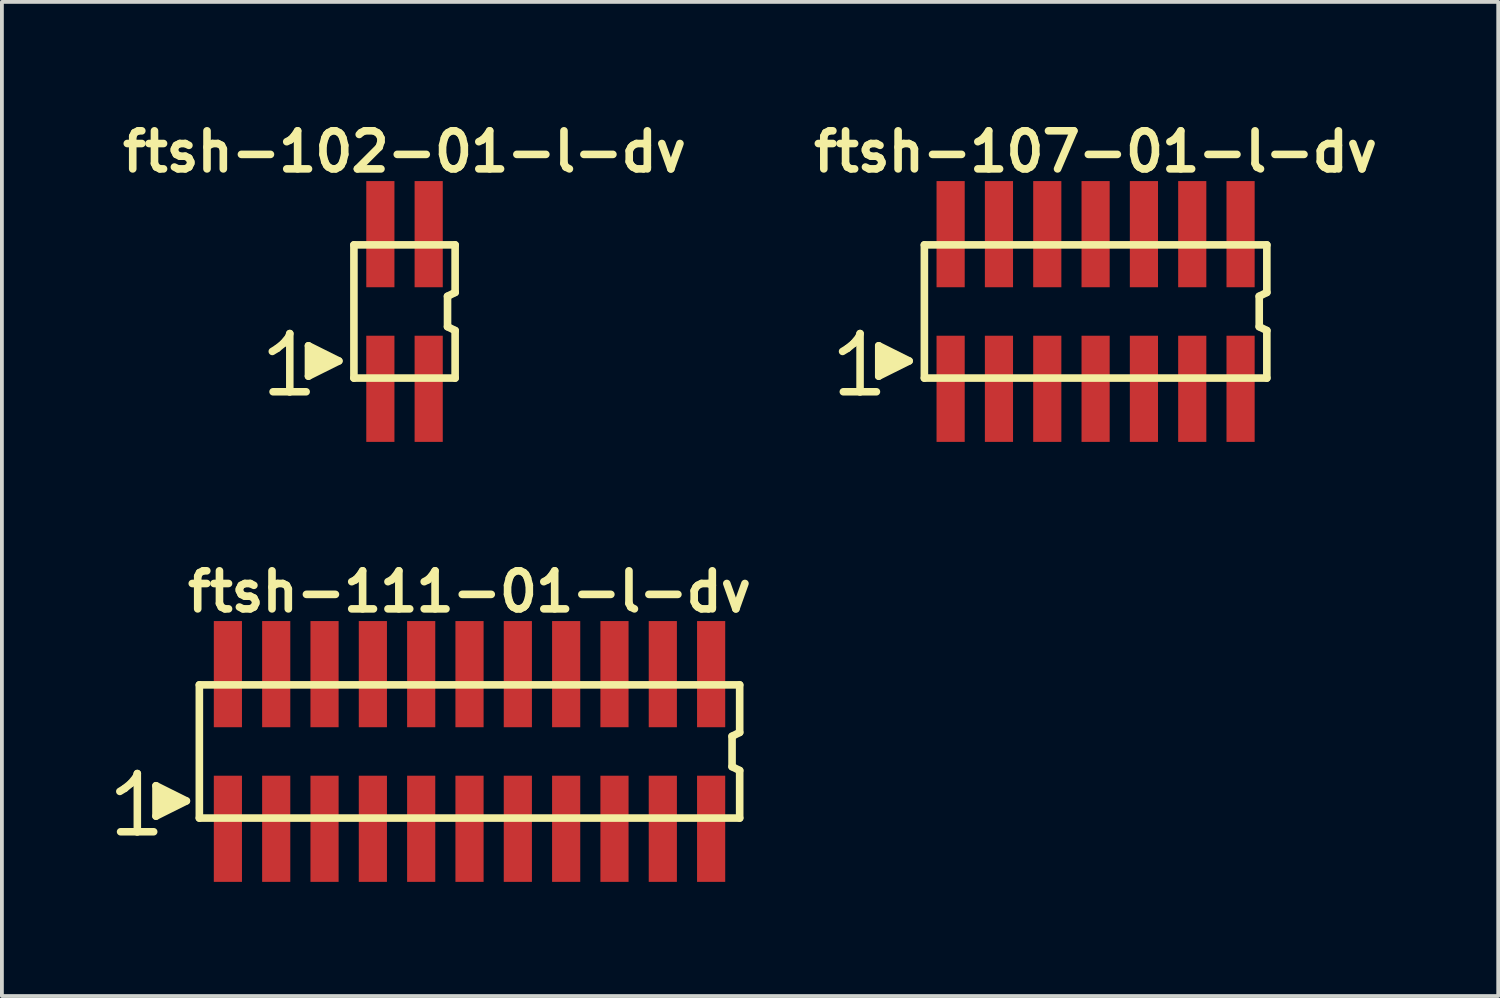
<source format=kicad_pcb>
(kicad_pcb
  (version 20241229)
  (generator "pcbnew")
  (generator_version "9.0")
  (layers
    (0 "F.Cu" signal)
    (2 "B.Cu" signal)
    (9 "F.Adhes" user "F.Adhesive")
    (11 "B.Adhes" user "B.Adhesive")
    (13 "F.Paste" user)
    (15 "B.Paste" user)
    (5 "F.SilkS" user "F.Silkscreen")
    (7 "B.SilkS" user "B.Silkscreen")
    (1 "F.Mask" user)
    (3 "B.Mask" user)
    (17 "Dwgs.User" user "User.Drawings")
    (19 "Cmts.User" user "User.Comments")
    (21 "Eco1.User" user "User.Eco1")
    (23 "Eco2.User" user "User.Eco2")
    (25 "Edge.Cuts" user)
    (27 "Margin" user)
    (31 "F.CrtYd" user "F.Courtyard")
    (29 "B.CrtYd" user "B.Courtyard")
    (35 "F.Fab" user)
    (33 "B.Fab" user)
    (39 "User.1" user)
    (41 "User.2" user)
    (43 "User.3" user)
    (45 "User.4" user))
  (footprint "ftsh-111-01-l-dv"
    (layer "F.Cu")
    (at 9.289 16.699)
    (property "Reference" "ftsh-111-01-l-dv" (at 0 -4.2 0) (layer "F.SilkS") (effects (font (size 1 1) (thickness 0.2))))
    (attr through_hole)
    (fp_line (start -9.19 1.05) (end -9.06 0.97) (stroke (width 0.198) (type solid)) (layer "F.SilkS"))
    (fp_line (start -9.06 0.97) (end -8.9 0.84) (stroke (width 0.198) (type solid)) (layer "F.SilkS"))
    (fp_line (start -8.9 0.84) (end -8.76 0.67) (stroke (width 0.198) (type solid)) (layer "F.SilkS"))
    (fp_line (start -8.76 0.67) (end -8.73 0.58) (stroke (width 0.198) (type solid)) (layer "F.SilkS"))
    (fp_line (start -8.73 0.58) (end -8.73 2.11) (stroke (width 0.198) (type solid)) (layer "F.SilkS"))
    (fp_line (start -8.73 2.11) (end -9.17 2.11) (stroke (width 0.198) (type solid)) (layer "F.SilkS"))
    (fp_line (start -8.3 2.11) (end -8.74 2.11) (stroke (width 0.198) (type solid)) (layer "F.SilkS"))
    (fp_line (start -8.24 0.9) (end -7.44 1.3) (stroke (width 0.198) (type solid)) (layer "F.SilkS"))
    (fp_line (start -8.24 1.7) (end -8.24 0.9) (stroke (width 0.198) (type solid)) (layer "F.SilkS"))
    (fp_line (start -8.14 1.6) (end -8.14 1) (stroke (width 0.198) (type solid)) (layer "F.SilkS"))
    (fp_line (start -8.04 1.1) (end -8.04 1.5) (stroke (width 0.198) (type solid)) (layer "F.SilkS"))
    (fp_line (start -7.94 1.5) (end -7.94 1.1) (stroke (width 0.198) (type solid)) (layer "F.SilkS"))
    (fp_line (start -7.84 1.2) (end -7.84 1.4) (stroke (width 0.198) (type solid)) (layer "F.SilkS"))
    (fp_line (start -7.74 1.4) (end -7.74 1.2) (stroke (width 0.198) (type solid)) (layer "F.SilkS"))
    (fp_line (start -7.44 1.3) (end -8.24 1.7) (stroke (width 0.198) (type solid)) (layer "F.SilkS"))
    (fp_line (start -7.1 -1.75) (end -7.1 1.75) (stroke (width 0.2) (type solid)) (layer "F.SilkS"))
    (fp_line (start -7.1 -1.75) (end 7.1 -1.75) (stroke (width 0.2) (type solid)) (layer "F.SilkS"))
    (fp_line (start -7.1 1.75) (end 7.1 1.75) (stroke (width 0.2) (type solid)) (layer "F.SilkS"))
    (fp_line (start 6.9 -0.4) (end 6.9 0.4) (stroke (width 0.2) (type solid)) (layer "F.SilkS"))
    (fp_line (start 6.9 0.4) (end 7.1 0.5) (stroke (width 0.2) (type solid)) (layer "F.SilkS"))
    (fp_line (start 7.1 -0.5) (end 6.9 -0.4) (stroke (width 0.2) (type solid)) (layer "F.SilkS"))
    (fp_line (start 7.1 -0.5) (end 7.1 -1.75) (stroke (width 0.2) (type solid)) (layer "F.SilkS"))
    (fp_line (start 7.1 0.5) (end 7.1 1.75) (stroke (width 0.2) (type solid)) (layer "F.SilkS"))
    (pad "1" smd rect (at -6.35 2.032) (size 0.74 2.79) (layers "F.Cu" "F.Mask" "F.Paste"))
    (pad "2" smd rect (at -6.35 -2.032) (size 0.74 2.79) (layers "F.Cu" "F.Mask" "F.Paste"))
    (pad "3" smd rect (at -5.08 2.032) (size 0.74 2.79) (layers "F.Cu" "F.Mask" "F.Paste"))
    (pad "4" smd rect (at -5.08 -2.032) (size 0.74 2.79) (layers "F.Cu" "F.Mask" "F.Paste"))
    (pad "5" smd rect (at -3.81 2.032) (size 0.74 2.79) (layers "F.Cu" "F.Mask" "F.Paste"))
    (pad "6" smd rect (at -3.81 -2.032) (size 0.74 2.79) (layers "F.Cu" "F.Mask" "F.Paste"))
    (pad "7" smd rect (at -2.54 2.032) (size 0.74 2.79) (layers "F.Cu" "F.Mask" "F.Paste"))
    (pad "8" smd rect (at -2.54 -2.032) (size 0.74 2.79) (layers "F.Cu" "F.Mask" "F.Paste"))
    (pad "9" smd rect (at -1.27 2.032) (size 0.74 2.79) (layers "F.Cu" "F.Mask" "F.Paste"))
    (pad "10" smd rect (at -1.27 -2.032) (size 0.74 2.79) (layers "F.Cu" "F.Mask" "F.Paste"))
    (pad "11" smd rect (at 0 2.032) (size 0.74 2.79) (layers "F.Cu" "F.Mask" "F.Paste"))
    (pad "12" smd rect (at 0 -2.032) (size 0.74 2.79) (layers "F.Cu" "F.Mask" "F.Paste"))
    (pad "13" smd rect (at 1.27 2.032) (size 0.74 2.79) (layers "F.Cu" "F.Mask" "F.Paste"))
    (pad "14" smd rect (at 1.27 -2.032) (size 0.74 2.79) (layers "F.Cu" "F.Mask" "F.Paste"))
    (pad "15" smd rect (at 2.54 2.032) (size 0.74 2.79) (layers "F.Cu" "F.Mask" "F.Paste"))
    (pad "16" smd rect (at 2.54 -2.032) (size 0.74 2.79) (layers "F.Cu" "F.Mask" "F.Paste"))
    (pad "17" smd rect (at 3.81 2.032) (size 0.74 2.79) (layers "F.Cu" "F.Mask" "F.Paste"))
    (pad "18" smd rect (at 3.81 -2.032) (size 0.74 2.79) (layers "F.Cu" "F.Mask" "F.Paste"))
    (pad "19" smd rect (at 5.08 2.032) (size 0.74 2.79) (layers "F.Cu" "F.Mask" "F.Paste"))
    (pad "20" smd rect (at 5.08 -2.032) (size 0.74 2.79) (layers "F.Cu" "F.Mask" "F.Paste"))
    (pad "21" smd rect (at 6.35 2.032) (size 0.74 2.79) (layers "F.Cu" "F.Mask" "F.Paste"))
    (pad "22" smd rect (at 6.35 -2.032) (size 0.74 2.79) (layers "F.Cu" "F.Mask" "F.Paste")))
  (footprint "ftsh-102-01-l-dv"
    (layer "F.Cu")
    (at 7.581 5.136)
    (property "Reference" "ftsh-102-01-l-dv" (at 0 -4.2 0) (layer "F.SilkS") (effects (font (size 1 1) (thickness 0.2))))
    (attr through_hole)
    (fp_line (start -3.475 1.05) (end -3.345 0.97) (stroke (width 0.198) (type solid)) (layer "F.SilkS"))
    (fp_line (start -3.345 0.97) (end -3.185 0.84) (stroke (width 0.198) (type solid)) (layer "F.SilkS"))
    (fp_line (start -3.185 0.84) (end -3.045 0.67) (stroke (width 0.198) (type solid)) (layer "F.SilkS"))
    (fp_line (start -3.045 0.67) (end -3.015 0.58) (stroke (width 0.198) (type solid)) (layer "F.SilkS"))
    (fp_line (start -3.015 0.58) (end -3.015 2.11) (stroke (width 0.198) (type solid)) (layer "F.SilkS"))
    (fp_line (start -3.015 2.11) (end -3.455 2.11) (stroke (width 0.198) (type solid)) (layer "F.SilkS"))
    (fp_line (start -2.585 2.11) (end -3.025 2.11) (stroke (width 0.198) (type solid)) (layer "F.SilkS"))
    (fp_line (start -2.525 0.9) (end -1.725 1.3) (stroke (width 0.198) (type solid)) (layer "F.SilkS"))
    (fp_line (start -2.525 1.7) (end -2.525 0.9) (stroke (width 0.198) (type solid)) (layer "F.SilkS"))
    (fp_line (start -2.425 1.6) (end -2.425 1) (stroke (width 0.198) (type solid)) (layer "F.SilkS"))
    (fp_line (start -2.325 1.1) (end -2.325 1.5) (stroke (width 0.198) (type solid)) (layer "F.SilkS"))
    (fp_line (start -2.225 1.5) (end -2.225 1.1) (stroke (width 0.198) (type solid)) (layer "F.SilkS"))
    (fp_line (start -2.125 1.2) (end -2.125 1.4) (stroke (width 0.198) (type solid)) (layer "F.SilkS"))
    (fp_line (start -2.025 1.4) (end -2.025 1.2) (stroke (width 0.198) (type solid)) (layer "F.SilkS"))
    (fp_line (start -1.725 1.3) (end -2.525 1.7) (stroke (width 0.198) (type solid)) (layer "F.SilkS"))
    (fp_line (start -1.33 -1.75) (end -1.33 1.75) (stroke (width 0.2) (type solid)) (layer "F.SilkS"))
    (fp_line (start -1.33 -1.75) (end 1.33 -1.75) (stroke (width 0.2) (type solid)) (layer "F.SilkS"))
    (fp_line (start -1.33 1.75) (end 1.33 1.75) (stroke (width 0.2) (type solid)) (layer "F.SilkS"))
    (fp_line (start 1.13 -0.4) (end 1.13 0.4) (stroke (width 0.2) (type solid)) (layer "F.SilkS"))
    (fp_line (start 1.13 -0.4) (end 1.33 -0.5) (stroke (width 0.2) (type solid)) (layer "F.SilkS"))
    (fp_line (start 1.13 0.4) (end 1.33 0.5) (stroke (width 0.2) (type solid)) (layer "F.SilkS"))
    (fp_line (start 1.33 -0.5) (end 1.33 -1.75) (stroke (width 0.2) (type solid)) (layer "F.SilkS"))
    (fp_line (start 1.33 0.5) (end 1.33 1.75) (stroke (width 0.2) (type solid)) (layer "F.SilkS"))
    (pad "1" smd rect (at -0.635 2.032) (size 0.74 2.79) (layers "F.Cu" "F.Mask" "F.Paste"))
    (pad "2" smd rect (at -0.635 -2.032) (size 0.74 2.79) (layers "F.Cu" "F.Mask" "F.Paste"))
    (pad "3" smd rect (at 0.635 2.032) (size 0.74 2.79) (layers "F.Cu" "F.Mask" "F.Paste"))
    (pad "4" smd rect (at 0.635 -2.032) (size 0.74 2.79) (layers "F.Cu" "F.Mask" "F.Paste")))
  (footprint "ftsh-107-01-l-dv"
    (layer "F.Cu")
    (at 25.743 5.136)
    (property "Reference" "ftsh-107-01-l-dv" (at 0 -4.2 0) (layer "F.SilkS") (effects (font (size 1 1) (thickness 0.2))))
    (attr through_hole)
    (fp_line (start -6.65 1.05) (end -6.52 0.97) (stroke (width 0.198) (type solid)) (layer "F.SilkS"))
    (fp_line (start -6.52 0.97) (end -6.36 0.84) (stroke (width 0.198) (type solid)) (layer "F.SilkS"))
    (fp_line (start -6.36 0.84) (end -6.22 0.67) (stroke (width 0.198) (type solid)) (layer "F.SilkS"))
    (fp_line (start -6.22 0.67) (end -6.19 0.58) (stroke (width 0.198) (type solid)) (layer "F.SilkS"))
    (fp_line (start -6.19 0.58) (end -6.19 2.11) (stroke (width 0.198) (type solid)) (layer "F.SilkS"))
    (fp_line (start -6.19 2.11) (end -6.63 2.11) (stroke (width 0.198) (type solid)) (layer "F.SilkS"))
    (fp_line (start -5.76 2.11) (end -6.2 2.11) (stroke (width 0.198) (type solid)) (layer "F.SilkS"))
    (fp_line (start -5.7 0.9) (end -4.9 1.3) (stroke (width 0.198) (type solid)) (layer "F.SilkS"))
    (fp_line (start -5.7 1.7) (end -5.7 0.9) (stroke (width 0.198) (type solid)) (layer "F.SilkS"))
    (fp_line (start -5.6 1.6) (end -5.6 1) (stroke (width 0.198) (type solid)) (layer "F.SilkS"))
    (fp_line (start -5.5 1.1) (end -5.5 1.5) (stroke (width 0.198) (type solid)) (layer "F.SilkS"))
    (fp_line (start -5.4 1.5) (end -5.4 1.1) (stroke (width 0.198) (type solid)) (layer "F.SilkS"))
    (fp_line (start -5.3 1.2) (end -5.3 1.4) (stroke (width 0.198) (type solid)) (layer "F.SilkS"))
    (fp_line (start -5.2 1.4) (end -5.2 1.2) (stroke (width 0.198) (type solid)) (layer "F.SilkS"))
    (fp_line (start -4.9 1.3) (end -5.7 1.7) (stroke (width 0.198) (type solid)) (layer "F.SilkS"))
    (fp_line (start -4.5 -1.75) (end -4.5 1.75) (stroke (width 0.2) (type solid)) (layer "F.SilkS"))
    (fp_line (start -4.5 -1.75) (end 4.5 -1.75) (stroke (width 0.2) (type solid)) (layer "F.SilkS"))
    (fp_line (start -4.5 1.75) (end 4.5 1.75) (stroke (width 0.2) (type solid)) (layer "F.SilkS"))
    (fp_line (start 4.3 -0.4) (end 4.3 0.4) (stroke (width 0.2) (type solid)) (layer "F.SilkS"))
    (fp_line (start 4.3 0.4) (end 4.5 0.5) (stroke (width 0.2) (type solid)) (layer "F.SilkS"))
    (fp_line (start 4.5 -0.5) (end 4.3 -0.4) (stroke (width 0.2) (type solid)) (layer "F.SilkS"))
    (fp_line (start 4.5 -0.5) (end 4.5 -1.75) (stroke (width 0.2) (type solid)) (layer "F.SilkS"))
    (fp_line (start 4.5 0.5) (end 4.5 1.75) (stroke (width 0.2) (type solid)) (layer "F.SilkS"))
    (pad "1" smd rect (at -3.81 2.032) (size 0.74 2.79) (layers "F.Cu" "F.Mask" "F.Paste"))
    (pad "2" smd rect (at -3.81 -2.032) (size 0.74 2.79) (layers "F.Cu" "F.Mask" "F.Paste"))
    (pad "3" smd rect (at -2.54 2.032) (size 0.74 2.79) (layers "F.Cu" "F.Mask" "F.Paste"))
    (pad "4" smd rect (at -2.54 -2.032) (size 0.74 2.79) (layers "F.Cu" "F.Mask" "F.Paste"))
    (pad "5" smd rect (at -1.27 2.032) (size 0.74 2.79) (layers "F.Cu" "F.Mask" "F.Paste"))
    (pad "6" smd rect (at -1.27 -2.032) (size 0.74 2.79) (layers "F.Cu" "F.Mask" "F.Paste"))
    (pad "7" smd rect (at 0 2.032) (size 0.74 2.79) (layers "F.Cu" "F.Mask" "F.Paste"))
    (pad "8" smd rect (at 0 -2.032) (size 0.74 2.79) (layers "F.Cu" "F.Mask" "F.Paste"))
    (pad "9" smd rect (at 1.27 2.032) (size 0.74 2.79) (layers "F.Cu" "F.Mask" "F.Paste"))
    (pad "10" smd rect (at 1.27 -2.032) (size 0.74 2.79) (layers "F.Cu" "F.Mask" "F.Paste"))
    (pad "11" smd rect (at 2.54 2.032) (size 0.74 2.79) (layers "F.Cu" "F.Mask" "F.Paste"))
    (pad "12" smd rect (at 2.54 -2.032) (size 0.74 2.79) (layers "F.Cu" "F.Mask" "F.Paste"))
    (pad "13" smd rect (at 3.81 2.032) (size 0.74 2.79) (layers "F.Cu" "F.Mask" "F.Paste"))
    (pad "14" smd rect (at 3.81 -2.032) (size 0.74 2.79) (layers "F.Cu" "F.Mask" "F.Paste")))
  (gr_rect
    (start -3 -3)
    (end 36.324 23.126)
    (stroke (width 0.1) (type default))
    (fill no)
    (layer "Edge.Cuts")))
</source>
